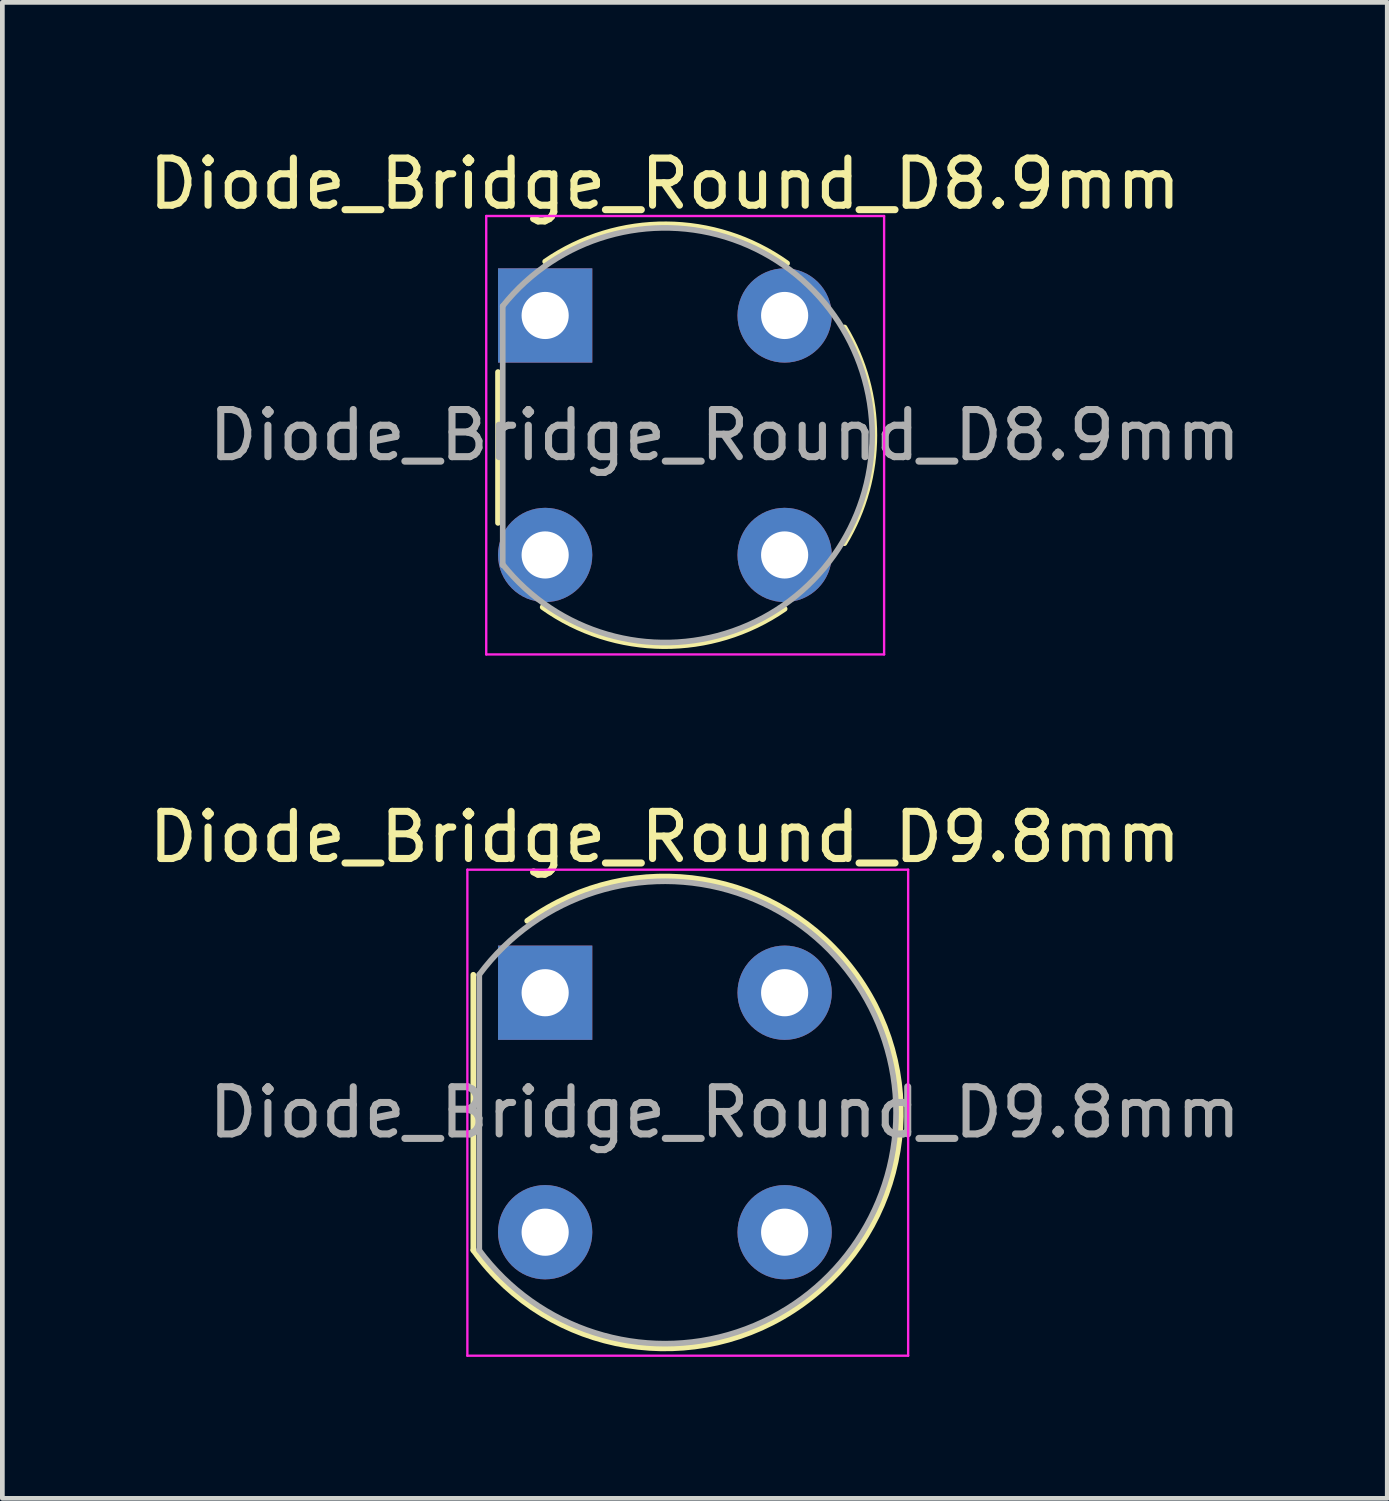
<source format=kicad_pcb>
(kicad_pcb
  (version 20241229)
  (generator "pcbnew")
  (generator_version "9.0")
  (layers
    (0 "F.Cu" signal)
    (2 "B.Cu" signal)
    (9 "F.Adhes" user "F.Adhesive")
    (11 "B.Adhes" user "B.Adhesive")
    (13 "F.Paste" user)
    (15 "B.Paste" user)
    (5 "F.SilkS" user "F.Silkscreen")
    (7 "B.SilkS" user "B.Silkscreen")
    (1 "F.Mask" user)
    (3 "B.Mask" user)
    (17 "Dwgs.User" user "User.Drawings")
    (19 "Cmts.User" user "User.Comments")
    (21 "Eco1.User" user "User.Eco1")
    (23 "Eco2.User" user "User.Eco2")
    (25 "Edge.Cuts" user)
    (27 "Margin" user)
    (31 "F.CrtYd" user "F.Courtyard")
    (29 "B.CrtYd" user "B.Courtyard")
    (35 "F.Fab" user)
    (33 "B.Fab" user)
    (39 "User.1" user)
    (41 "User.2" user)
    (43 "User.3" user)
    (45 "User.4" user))
  (footprint "Diode_Bridge_Round_D8.9mm"
    (layer "F.Cu")
    (at 8.514 3.642)
    (property "Reference" "Diode_Bridge_Round_D8.9mm" (at 2.54 -2.794 0) (layer "F.SilkS") (effects (font (size 1 1) (thickness 0.15))))
    (attr through_hole)
    (fp_line (start -1 1.2) (end -1 4.4) (stroke (width 0.12) (type solid)) (layer "F.SilkS"))
    (fp_arc (start 0 -1.143) (mid 2.571836 -1.933821) (end 5.132157 -1.106479) (stroke (width 0.12) (type solid)) (layer "F.SilkS"))
    (fp_arc (start 5.08 6.223) (mid 2.508164 7.013821) (end -0.052157 6.186479) (stroke (width 0.12) (type solid)) (layer "F.SilkS"))
    (fp_arc (start 6.35 0.254) (mid 6.983184 2.54281) (end 6.347105 4.830818) (stroke (width 0.12) (type solid)) (layer "F.SilkS"))
    (fp_line (start -1.25 -2.11) (end -1.25 7.19) (stroke (width 0.05) (type solid)) (layer "F.CrtYd"))
    (fp_line (start -1.25 -2.11) (end 7.19 -2.11) (stroke (width 0.05) (type solid)) (layer "F.CrtYd"))
    (fp_line (start 7.19 7.19) (end -1.25 7.19) (stroke (width 0.05) (type solid)) (layer "F.CrtYd"))
    (fp_line (start 7.19 7.19) (end 7.19 -2.11) (stroke (width 0.05) (type solid)) (layer "F.CrtYd"))
    (fp_line (start -0.9 -0.2) (end -0.9 5.3) (stroke (width 0.12) (type solid)) (layer "F.Fab"))
    (fp_arc (start -0.9 -0.2) (mid 6.937862 2.542896) (end -0.903606 5.275467) (stroke (width 0.12) (type solid)) (layer "F.Fab"))
    (fp_text user "${REFERENCE}" (at 3.81 2.54 0) (layer "F.Fab") (effects (font (size 1 1) (thickness 0.15))))
    (pad "1" thru_hole rect (at 0 0) (size 2 2) (drill 1) (layers "*.Cu" "*.Mask"))
    (pad "2" thru_hole oval (at 0 5.08) (size 2 2) (drill 1) (layers "*.Cu" "*.Mask"))
    (pad "3" thru_hole oval (at 5.08 5.08) (size 2 2) (drill 1) (layers "*.Cu" "*.Mask"))
    (pad "4" thru_hole oval (at 5.08 0) (size 2 2) (drill 1) (layers "*.Cu" "*.Mask")))
  (footprint "Diode_Bridge_Round_D9.8mm"
    (layer "F.Cu")
    (at 8.514 18.008)
    (property "Reference" "Diode_Bridge_Round_D9.8mm" (at 2.54 -3.302 0) (layer "F.SilkS") (effects (font (size 1 1) (thickness 0.15))))
    (attr through_hole)
    (fp_line (start -1.524 -0.381) (end -1.524 5.461) (stroke (width 0.12) (type solid)) (layer "F.SilkS"))
    (fp_arc (start -0.381 -1.524) (mid 7.479141 3.348223) (end -1.524 5.461) (stroke (width 0.12) (type solid)) (layer "F.SilkS"))
    (fp_line (start -1.65 -2.61) (end -1.65 7.7) (stroke (width 0.05) (type solid)) (layer "F.CrtYd"))
    (fp_line (start -1.65 -2.61) (end 7.7 -2.61) (stroke (width 0.05) (type solid)) (layer "F.CrtYd"))
    (fp_line (start 7.7 7.7) (end -1.65 7.7) (stroke (width 0.05) (type solid)) (layer "F.CrtYd"))
    (fp_line (start 7.7 7.7) (end 7.7 -2.61) (stroke (width 0.05) (type solid)) (layer "F.CrtYd"))
    (fp_line (start -1.397 5.461) (end -1.397 -0.381) (stroke (width 0.12) (type solid)) (layer "F.Fab"))
    (fp_arc (start -1.4 -0.38) (mid 7.444079 2.54366) (end -1.404354 5.454115) (stroke (width 0.12) (type solid)) (layer "F.Fab"))
    (fp_text user "${REFERENCE}" (at 3.81 2.54 0) (layer "F.Fab") (effects (font (size 1 1) (thickness 0.15))))
    (pad "1" thru_hole rect (at 0 0) (size 2 2) (drill 1) (layers "*.Cu" "*.Mask"))
    (pad "2" thru_hole oval (at 0 5.08) (size 2 2) (drill 1) (layers "*.Cu" "*.Mask"))
    (pad "3" thru_hole oval (at 5.08 5.08) (size 2 2) (drill 1) (layers "*.Cu" "*.Mask"))
    (pad "4" thru_hole oval (at 5.08 0) (size 2 2) (drill 1) (layers "*.Cu" "*.Mask")))
  (gr_rect
    (start -3 -3)
    (end 26.377 28.733)
    (stroke (width 0.1) (type default))
    (fill no)
    (layer "Edge.Cuts")))
</source>
